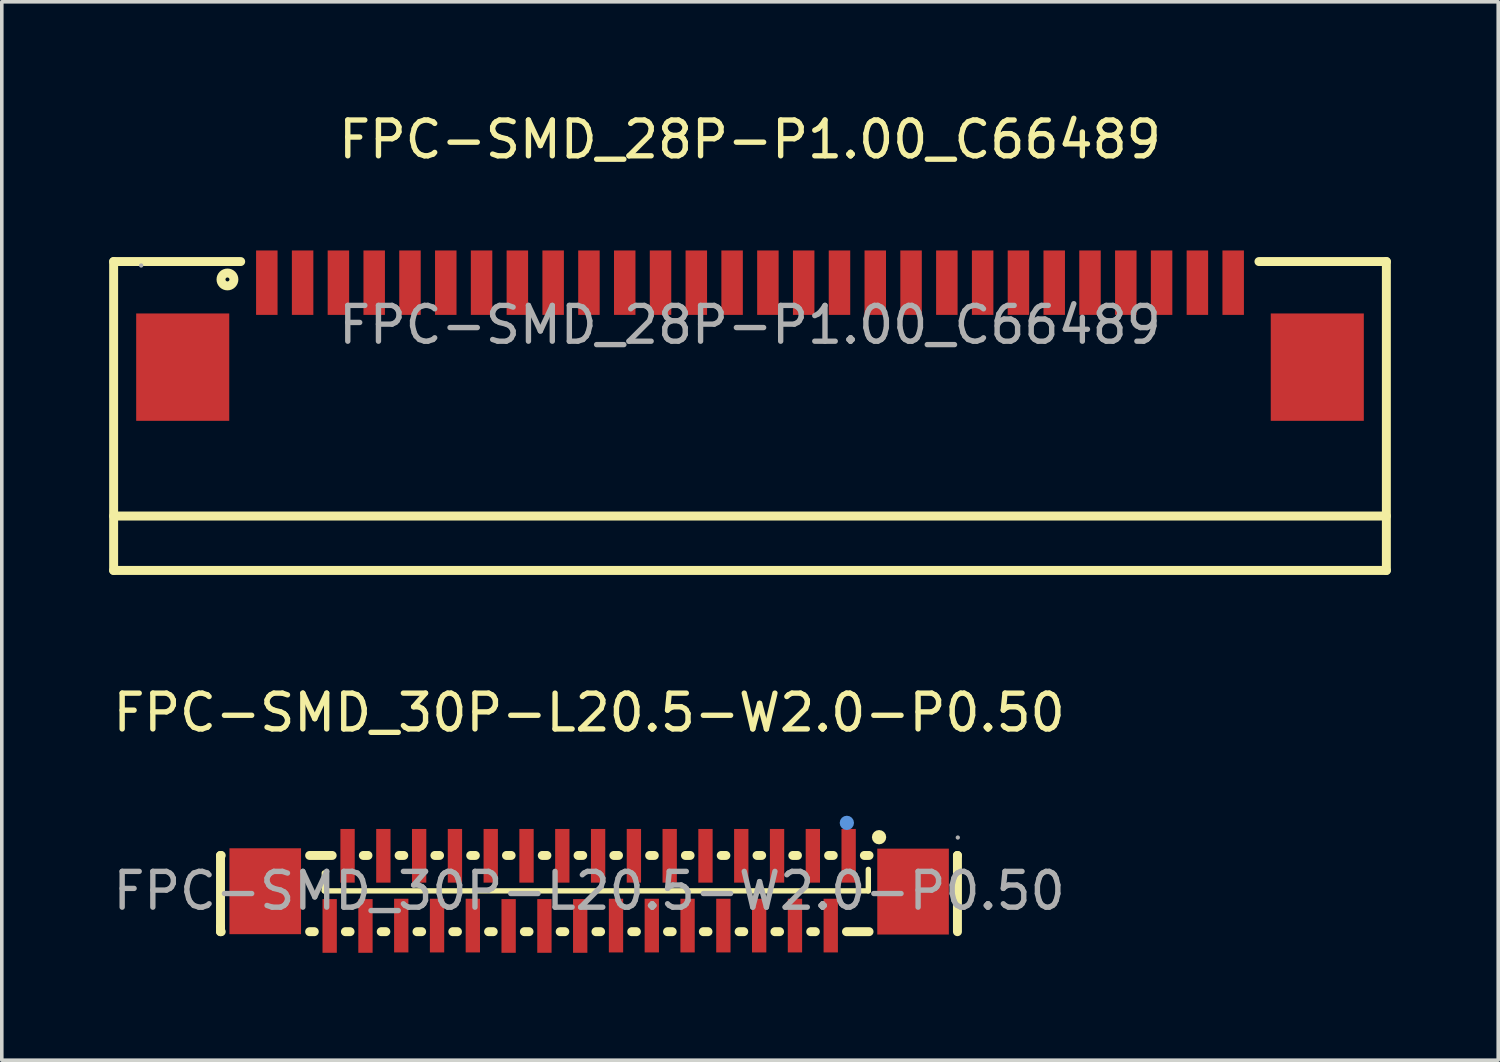
<source format=kicad_pcb>
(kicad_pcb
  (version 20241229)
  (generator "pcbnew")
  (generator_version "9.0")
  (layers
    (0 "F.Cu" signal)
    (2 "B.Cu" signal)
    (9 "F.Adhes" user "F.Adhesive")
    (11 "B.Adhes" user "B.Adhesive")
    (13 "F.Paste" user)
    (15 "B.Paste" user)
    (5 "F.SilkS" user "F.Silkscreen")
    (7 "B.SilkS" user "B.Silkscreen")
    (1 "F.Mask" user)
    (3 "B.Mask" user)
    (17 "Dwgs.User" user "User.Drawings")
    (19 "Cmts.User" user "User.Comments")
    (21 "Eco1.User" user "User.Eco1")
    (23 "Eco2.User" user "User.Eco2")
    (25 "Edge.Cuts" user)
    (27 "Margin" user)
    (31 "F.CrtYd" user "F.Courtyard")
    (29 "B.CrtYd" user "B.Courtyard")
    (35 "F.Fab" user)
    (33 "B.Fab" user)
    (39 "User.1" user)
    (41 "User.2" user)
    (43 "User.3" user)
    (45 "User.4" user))
  (footprint "FPC-SMD_28P-P1.00_C66489"
    (layer "F.Cu")
    (at 17.905 6.028)
    (property "Reference" "FPC-SMD_28P-P1.00_C66489" (at 0 -5.18 0) (layer "F.SilkS") (effects (font (size 1 1) (thickness 0.15))))
    (attr through_hole)
    (fp_line (start -17.78 -1.77) (end -17.78 6.86) (stroke (width 0.25) (type solid)) (layer "F.SilkS"))
    (fp_line (start -17.78 5.34) (end 17.78 5.34) (stroke (width 0.25) (type solid)) (layer "F.SilkS"))
    (fp_line (start -17.78 6.86) (end 17.78 6.86) (stroke (width 0.25) (type solid)) (layer "F.SilkS"))
    (fp_line (start -14.23 -1.77) (end -17.78 -1.77) (stroke (width 0.25) (type solid)) (layer "F.SilkS"))
    (fp_line (start 17.78 -1.77) (end 14.22 -1.77) (stroke (width 0.25) (type solid)) (layer "F.SilkS"))
    (fp_line (start 17.78 6.86) (end 17.78 -1.77) (stroke (width 0.25) (type solid)) (layer "F.SilkS"))
    (fp_circle (center -14.6 -1.27) (end -14.42 -1.27) (stroke (width 0.25) (type solid)) (fill no) (layer "F.SilkS"))
    (fp_circle (center -17.01 -1.66) (end -16.98 -1.66) (stroke (width 0.06) (type solid)) (fill no) (layer "F.Fab"))
    (fp_text user "${REFERENCE}" (at 0 0 0) (layer "F.Fab") (effects (font (size 1 1) (thickness 0.15))))
    (pad "1" smd rect (at -13.5 -1.18) (size 0.6 1.8) (layers "F.Cu" "F.Mask" "F.Paste"))
    (pad "2" smd rect (at -12.5 -1.18) (size 0.6 1.8) (layers "F.Cu" "F.Mask" "F.Paste"))
    (pad "3" smd rect (at -11.5 -1.18) (size 0.6 1.8) (layers "F.Cu" "F.Mask" "F.Paste"))
    (pad "4" smd rect (at -10.5 -1.18) (size 0.6 1.8) (layers "F.Cu" "F.Mask" "F.Paste"))
    (pad "5" smd rect (at -9.5 -1.18) (size 0.6 1.8) (layers "F.Cu" "F.Mask" "F.Paste"))
    (pad "6" smd rect (at -8.5 -1.18) (size 0.6 1.8) (layers "F.Cu" "F.Mask" "F.Paste"))
    (pad "7" smd rect (at -7.5 -1.18) (size 0.6 1.8) (layers "F.Cu" "F.Mask" "F.Paste"))
    (pad "8" smd rect (at -6.5 -1.18) (size 0.6 1.8) (layers "F.Cu" "F.Mask" "F.Paste"))
    (pad "9" smd rect (at -5.5 -1.18) (size 0.6 1.8) (layers "F.Cu" "F.Mask" "F.Paste"))
    (pad "10" smd rect (at -4.5 -1.18) (size 0.6 1.8) (layers "F.Cu" "F.Mask" "F.Paste"))
    (pad "11" smd rect (at -3.5 -1.18) (size 0.6 1.8) (layers "F.Cu" "F.Mask" "F.Paste"))
    (pad "12" smd rect (at -2.5 -1.18) (size 0.6 1.8) (layers "F.Cu" "F.Mask" "F.Paste"))
    (pad "13" smd rect (at -1.5 -1.18) (size 0.6 1.8) (layers "F.Cu" "F.Mask" "F.Paste"))
    (pad "14" smd rect (at -0.5 -1.18) (size 0.6 1.8) (layers "F.Cu" "F.Mask" "F.Paste"))
    (pad "15" smd rect (at 0.5 -1.18) (size 0.6 1.8) (layers "F.Cu" "F.Mask" "F.Paste"))
    (pad "16" smd rect (at 1.5 -1.18) (size 0.6 1.8) (layers "F.Cu" "F.Mask" "F.Paste"))
    (pad "17" smd rect (at 2.5 -1.18) (size 0.6 1.8) (layers "F.Cu" "F.Mask" "F.Paste"))
    (pad "18" smd rect (at 3.5 -1.18) (size 0.6 1.8) (layers "F.Cu" "F.Mask" "F.Paste"))
    (pad "19" smd rect (at 4.5 -1.18) (size 0.6 1.8) (layers "F.Cu" "F.Mask" "F.Paste"))
    (pad "20" smd rect (at 5.5 -1.18) (size 0.6 1.8) (layers "F.Cu" "F.Mask" "F.Paste"))
    (pad "21" smd rect (at 6.5 -1.18) (size 0.6 1.8) (layers "F.Cu" "F.Mask" "F.Paste"))
    (pad "22" smd rect (at 7.5 -1.18) (size 0.6 1.8) (layers "F.Cu" "F.Mask" "F.Paste"))
    (pad "23" smd rect (at 8.5 -1.18) (size 0.6 1.8) (layers "F.Cu" "F.Mask" "F.Paste"))
    (pad "24" smd rect (at 9.5 -1.18) (size 0.6 1.8) (layers "F.Cu" "F.Mask" "F.Paste"))
    (pad "25" smd rect (at 10.5 -1.18) (size 0.6 1.8) (layers "F.Cu" "F.Mask" "F.Paste"))
    (pad "26" smd rect (at 11.5 -1.18) (size 0.6 1.8) (layers "F.Cu" "F.Mask" "F.Paste"))
    (pad "27" smd rect (at 12.5 -1.18) (size 0.6 1.8) (layers "F.Cu" "F.Mask" "F.Paste"))
    (pad "28" smd rect (at 13.5 -1.18) (size 0.6 1.8) (layers "F.Cu" "F.Mask" "F.Paste"))
    (pad "29" smd rect (at 15.85 1.18) (size 2.6 3) (layers "F.Cu" "F.Mask" "F.Paste"))
    (pad "30" smd rect (at -15.85 1.18) (size 2.6 3) (layers "F.Cu" "F.Mask" "F.Paste")))
  (footprint "FPC-SMD_30P-L20.5-W2.0-P0.50"
    (layer "F.Cu")
    (at 13.411 21.841)
    (property "Reference" "FPC-SMD_30P-L20.5-W2.0-P0.50" (at 0 -4.98 0) (layer "F.SilkS") (effects (font (size 1 1) (thickness 0.15))))
    (attr through_hole)
    (fp_line (start -10.3 -0.99) (end -10.28 -0.99) (stroke (width 0.25) (type solid)) (layer "F.SilkS"))
    (fp_line (start -10.3 1) (end -10.3 -0.99) (stroke (width 0.25) (type solid)) (layer "F.SilkS"))
    (fp_line (start -10.3 1.14) (end -10.3 1) (stroke (width 0.25) (type solid)) (layer "F.SilkS"))
    (fp_line (start -10.28 1.14) (end -10.3 1.14) (stroke (width 0.25) (type solid)) (layer "F.SilkS"))
    (fp_line (start -7.81 -0.99) (end -7.18 -0.99) (stroke (width 0.25) (type solid)) (layer "F.SilkS"))
    (fp_line (start -7.68 1.14) (end -7.81 1.14) (stroke (width 0.25) (type solid)) (layer "F.SilkS"))
    (fp_line (start -7.4 -0.5) (end -7.4 0) (stroke (width 0.15) (type solid)) (layer "F.SilkS"))
    (fp_line (start -7.4 0) (end 7.8 0) (stroke (width 0.15) (type solid)) (layer "F.SilkS"))
    (fp_line (start -6.68 1.14) (end -6.81 1.14) (stroke (width 0.25) (type solid)) (layer "F.SilkS"))
    (fp_line (start -6.31 -0.99) (end -6.18 -0.99) (stroke (width 0.25) (type solid)) (layer "F.SilkS"))
    (fp_line (start -5.68 1.14) (end -5.81 1.14) (stroke (width 0.25) (type solid)) (layer "F.SilkS"))
    (fp_line (start -5.31 -0.99) (end -5.18 -0.99) (stroke (width 0.25) (type solid)) (layer "F.SilkS"))
    (fp_line (start -4.68 1.14) (end -4.81 1.14) (stroke (width 0.25) (type solid)) (layer "F.SilkS"))
    (fp_line (start -4.31 -0.99) (end -4.18 -0.99) (stroke (width 0.25) (type solid)) (layer "F.SilkS"))
    (fp_line (start -3.68 1.14) (end -3.81 1.14) (stroke (width 0.25) (type solid)) (layer "F.SilkS"))
    (fp_line (start -3.31 -0.99) (end -3.18 -0.99) (stroke (width 0.25) (type solid)) (layer "F.SilkS"))
    (fp_line (start -2.68 1.14) (end -2.81 1.14) (stroke (width 0.25) (type solid)) (layer "F.SilkS"))
    (fp_line (start -2.31 -0.99) (end -2.18 -0.99) (stroke (width 0.25) (type solid)) (layer "F.SilkS"))
    (fp_line (start -1.68 1.14) (end -1.81 1.14) (stroke (width 0.25) (type solid)) (layer "F.SilkS"))
    (fp_line (start -1.31 -0.99) (end -1.18 -0.99) (stroke (width 0.25) (type solid)) (layer "F.SilkS"))
    (fp_line (start -0.68 1.14) (end -0.81 1.14) (stroke (width 0.25) (type solid)) (layer "F.SilkS"))
    (fp_line (start -0.31 -0.99) (end -0.18 -0.99) (stroke (width 0.25) (type solid)) (layer "F.SilkS"))
    (fp_line (start 0.32 1.14) (end 0.19 1.14) (stroke (width 0.25) (type solid)) (layer "F.SilkS"))
    (fp_line (start 0.69 -0.99) (end 0.82 -0.99) (stroke (width 0.25) (type solid)) (layer "F.SilkS"))
    (fp_line (start 1.32 1.14) (end 1.19 1.14) (stroke (width 0.25) (type solid)) (layer "F.SilkS"))
    (fp_line (start 1.69 -0.99) (end 1.82 -0.99) (stroke (width 0.25) (type solid)) (layer "F.SilkS"))
    (fp_line (start 2.32 1.14) (end 2.19 1.14) (stroke (width 0.25) (type solid)) (layer "F.SilkS"))
    (fp_line (start 2.69 -0.99) (end 2.82 -0.99) (stroke (width 0.25) (type solid)) (layer "F.SilkS"))
    (fp_line (start 3.32 1.14) (end 3.19 1.14) (stroke (width 0.25) (type solid)) (layer "F.SilkS"))
    (fp_line (start 3.69 -0.99) (end 3.82 -0.99) (stroke (width 0.25) (type solid)) (layer "F.SilkS"))
    (fp_line (start 4.32 1.14) (end 4.19 1.14) (stroke (width 0.25) (type solid)) (layer "F.SilkS"))
    (fp_line (start 4.69 -0.99) (end 4.82 -0.99) (stroke (width 0.25) (type solid)) (layer "F.SilkS"))
    (fp_line (start 5.32 1.14) (end 5.19 1.14) (stroke (width 0.25) (type solid)) (layer "F.SilkS"))
    (fp_line (start 5.69 -0.99) (end 5.82 -0.99) (stroke (width 0.25) (type solid)) (layer "F.SilkS"))
    (fp_line (start 6.32 1.14) (end 6.19 1.14) (stroke (width 0.25) (type solid)) (layer "F.SilkS"))
    (fp_line (start 6.69 -0.99) (end 6.82 -0.99) (stroke (width 0.25) (type solid)) (layer "F.SilkS"))
    (fp_line (start 7.69 -0.99) (end 7.82 -0.99) (stroke (width 0.25) (type solid)) (layer "F.SilkS"))
    (fp_line (start 7.8 0) (end 7.8 -0.6) (stroke (width 0.15) (type solid)) (layer "F.SilkS"))
    (fp_line (start 7.82 1.14) (end 7.19 1.14) (stroke (width 0.25) (type solid)) (layer "F.SilkS"))
    (fp_line (start 10.29 -0.99) (end 10.29 -0.99) (stroke (width 0.25) (type solid)) (layer "F.SilkS"))
    (fp_line (start 10.29 -0.99) (end 10.29 1.14) (stroke (width 0.25) (type solid)) (layer "F.SilkS"))
    (fp_circle (center 8.1 -1.5) (end 8.2 -1.5) (stroke (width 0.2) (type solid)) (fill no) (layer "F.SilkS"))
    (fp_circle (center 7.2 -1.9) (end 7.3 -1.9) (stroke (width 0.2) (type solid)) (fill no) (layer "Cmts.User"))
    (fp_circle (center 10.3 -1.49) (end 10.33 -1.49) (stroke (width 0.06) (type solid)) (fill no) (layer "F.Fab"))
    (fp_text user "${REFERENCE}" (at 0 0 0) (layer "F.Fab") (effects (font (size 1 1) (thickness 0.15))))
    (pad "1" smd rect (at 7.25 -0.98 180) (size 0.4 1.5) (layers "F.Cu" "F.Mask" "F.Paste"))
    (pad "2" smd rect (at 6.75 0.97 180) (size 0.4 1.5) (layers "F.Cu" "F.Mask" "F.Paste"))
    (pad "3" smd rect (at 6.25 -0.98 180) (size 0.4 1.5) (layers "F.Cu" "F.Mask" "F.Paste"))
    (pad "4" smd rect (at 5.75 0.97 180) (size 0.4 1.5) (layers "F.Cu" "F.Mask" "F.Paste"))
    (pad "5" smd rect (at 5.25 -0.98 180) (size 0.4 1.5) (layers "F.Cu" "F.Mask" "F.Paste"))
    (pad "6" smd rect (at 4.75 0.97 180) (size 0.4 1.5) (layers "F.Cu" "F.Mask" "F.Paste"))
    (pad "7" smd rect (at 4.25 -0.98 180) (size 0.4 1.5) (layers "F.Cu" "F.Mask" "F.Paste"))
    (pad "8" smd rect (at 3.75 0.97 180) (size 0.4 1.5) (layers "F.Cu" "F.Mask" "F.Paste"))
    (pad "9" smd rect (at 3.25 -0.98 180) (size 0.4 1.5) (layers "F.Cu" "F.Mask" "F.Paste"))
    (pad "10" smd rect (at 2.75 0.97 180) (size 0.4 1.5) (layers "F.Cu" "F.Mask" "F.Paste"))
    (pad "11" smd rect (at 2.25 -0.98 180) (size 0.4 1.5) (layers "F.Cu" "F.Mask" "F.Paste"))
    (pad "12" smd rect (at 1.75 0.97 180) (size 0.4 1.5) (layers "F.Cu" "F.Mask" "F.Paste"))
    (pad "13" smd rect (at 1.25 -0.98 180) (size 0.4 1.5) (layers "F.Cu" "F.Mask" "F.Paste"))
    (pad "14" smd rect (at 0.75 0.97 180) (size 0.4 1.5) (layers "F.Cu" "F.Mask" "F.Paste"))
    (pad "15" smd rect (at 0.25 -0.98 180) (size 0.4 1.5) (layers "F.Cu" "F.Mask" "F.Paste"))
    (pad "16" smd rect (at -0.25 0.98 180) (size 0.4 1.5) (layers "F.Cu" "F.Mask" "F.Paste"))
    (pad "17" smd rect (at -0.75 -0.98 180) (size 0.4 1.5) (layers "F.Cu" "F.Mask" "F.Paste"))
    (pad "18" smd rect (at -1.25 0.98 180) (size 0.4 1.5) (layers "F.Cu" "F.Mask" "F.Paste"))
    (pad "19" smd rect (at -1.75 -0.98 180) (size 0.4 1.5) (layers "F.Cu" "F.Mask" "F.Paste"))
    (pad "20" smd rect (at -2.25 0.98 180) (size 0.4 1.5) (layers "F.Cu" "F.Mask" "F.Paste"))
    (pad "21" smd rect (at -2.75 -0.98 180) (size 0.4 1.5) (layers "F.Cu" "F.Mask" "F.Paste"))
    (pad "22" smd rect (at -3.25 0.97 180) (size 0.4 1.5) (layers "F.Cu" "F.Mask" "F.Paste"))
    (pad "23" smd rect (at -3.75 -0.98 180) (size 0.4 1.5) (layers "F.Cu" "F.Mask" "F.Paste"))
    (pad "24" smd rect (at -4.25 0.97 180) (size 0.4 1.5) (layers "F.Cu" "F.Mask" "F.Paste"))
    (pad "25" smd rect (at -4.75 -0.98 180) (size 0.4 1.5) (layers "F.Cu" "F.Mask" "F.Paste"))
    (pad "26" smd rect (at -5.25 0.97 180) (size 0.4 1.5) (layers "F.Cu" "F.Mask" "F.Paste"))
    (pad "27" smd rect (at -5.75 -0.98 180) (size 0.4 1.5) (layers "F.Cu" "F.Mask" "F.Paste"))
    (pad "28" smd rect (at -6.25 0.98 180) (size 0.4 1.5) (layers "F.Cu" "F.Mask" "F.Paste"))
    (pad "29" smd rect (at -6.75 -0.98 180) (size 0.4 1.5) (layers "F.Cu" "F.Mask" "F.Paste"))
    (pad "30" smd rect (at -7.25 0.98 180) (size 0.4 1.5) (layers "F.Cu" "F.Mask" "F.Paste"))
    (pad "31" smd rect (at -9.05 0.01 270) (size 2.4 2) (layers "F.Cu" "F.Mask" "F.Paste"))
    (pad "32" smd rect (at 9.05 0.02 270) (size 2.4 2) (layers "F.Cu" "F.Mask" "F.Paste")))
  (gr_rect
    (start -3 -3)
    (end 38.81 26.572)
    (stroke (width 0.1) (type default))
    (fill no)
    (layer "Edge.Cuts")))
</source>
